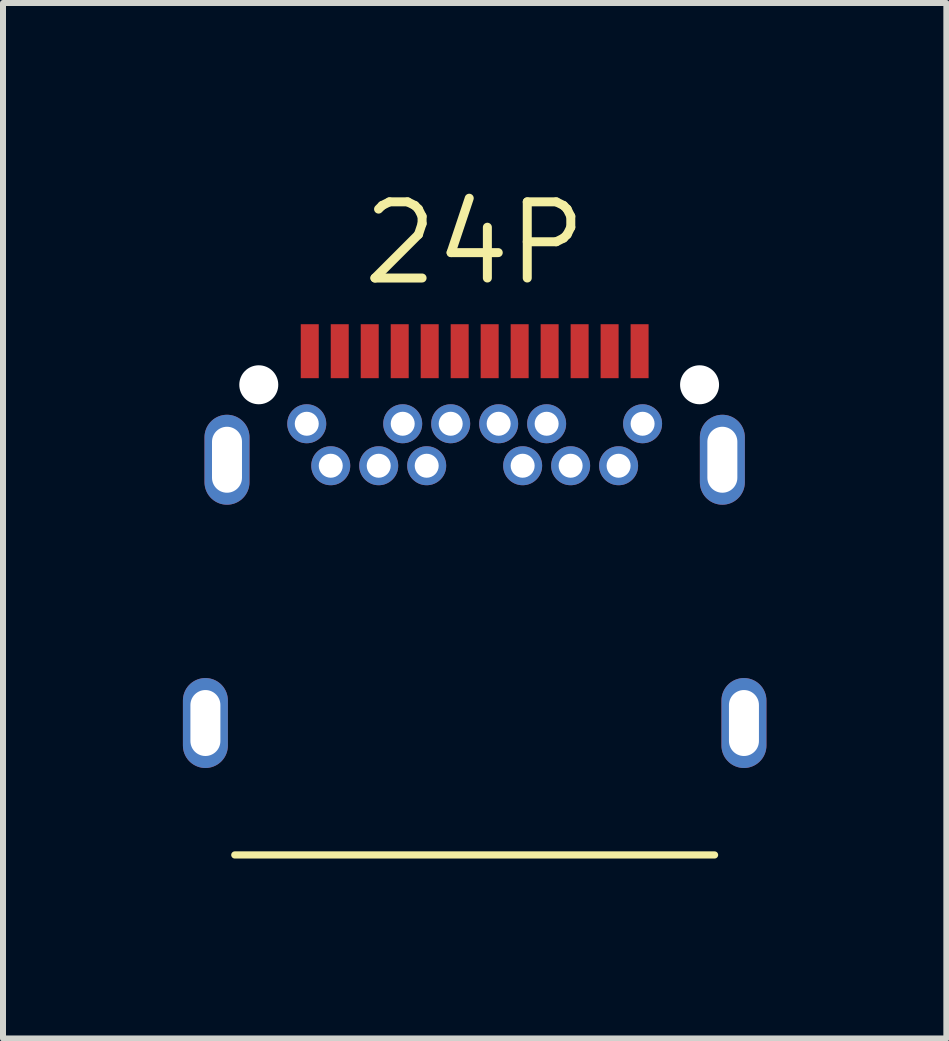
<source format=kicad_pcb>
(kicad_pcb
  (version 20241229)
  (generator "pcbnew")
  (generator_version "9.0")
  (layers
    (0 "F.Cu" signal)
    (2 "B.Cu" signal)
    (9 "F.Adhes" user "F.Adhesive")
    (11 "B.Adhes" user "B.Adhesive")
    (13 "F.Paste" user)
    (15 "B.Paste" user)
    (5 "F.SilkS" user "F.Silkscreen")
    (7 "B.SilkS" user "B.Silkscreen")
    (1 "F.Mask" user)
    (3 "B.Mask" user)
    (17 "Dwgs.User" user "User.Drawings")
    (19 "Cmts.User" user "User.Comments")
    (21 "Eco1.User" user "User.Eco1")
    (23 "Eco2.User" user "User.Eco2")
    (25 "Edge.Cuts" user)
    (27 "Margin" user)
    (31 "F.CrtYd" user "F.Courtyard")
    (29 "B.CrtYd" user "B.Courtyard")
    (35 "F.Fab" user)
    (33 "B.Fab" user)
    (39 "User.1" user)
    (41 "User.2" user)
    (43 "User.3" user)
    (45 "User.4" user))
  (footprint "24P"
    (layer "F.Cu")
    (at 4.865 2.806)
    (property "Reference" "24P" (at 0 -1.8 0) (layer "F.SilkS") (effects (font (size 1.27 1.27) (thickness 0.15))))
    (fp_line (start -4 8.4) (end 4 8.4) (stroke (width 0.12) (type solid)) (layer "F.SilkS"))
    (pad "" np_thru_hole circle (at -3.6 0.56) (size 0.65 0.65) (drill 0.65) (layers "*.Cu" "*.Mask"))
    (pad "" np_thru_hole circle (at 3.75 0.56) (size 0.65 0.65) (drill 0.65) (layers "*.Cu" "*.Mask"))
    (pad "A1" smd rect (at -2.75 0 180) (size 0.3 0.9) (layers "F.Cu" "F.Mask" "F.Paste"))
    (pad "A2" smd rect (at -2.25 0 180) (size 0.3 0.9) (layers "F.Cu" "F.Mask" "F.Paste"))
    (pad "A3" smd rect (at -1.75 0 180) (size 0.3 0.9) (layers "F.Cu" "F.Mask" "F.Paste"))
    (pad "A4" smd rect (at -1.25 0 180) (size 0.3 0.9) (layers "F.Cu" "F.Mask" "F.Paste"))
    (pad "A5" smd rect (at -0.75 0 180) (size 0.3 0.9) (layers "F.Cu" "F.Mask" "F.Paste"))
    (pad "A6" smd rect (at -0.25 0 180) (size 0.3 0.9) (layers "F.Cu" "F.Mask" "F.Paste"))
    (pad "A7" smd rect (at 0.25 0 180) (size 0.3 0.9) (layers "F.Cu" "F.Mask" "F.Paste"))
    (pad "A8" smd rect (at 0.75 0 180) (size 0.3 0.9) (layers "F.Cu" "F.Mask" "F.Paste"))
    (pad "A9" smd rect (at 1.25 0 180) (size 0.3 0.9) (layers "F.Cu" "F.Mask" "F.Paste"))
    (pad "A10" smd rect (at 1.75 0 180) (size 0.3 0.9) (layers "F.Cu" "F.Mask" "F.Paste"))
    (pad "A11" smd rect (at 2.25 0 180) (size 0.3 0.9) (layers "F.Cu" "F.Mask" "F.Paste"))
    (pad "A12" smd rect (at 2.75 0 180) (size 0.3 0.9) (layers "F.Cu" "F.Mask" "F.Paste"))
    (pad "B1" thru_hole circle (at 2.8 1.21) (size 0.65 0.65) (drill 0.4) (layers "*.Cu" "*.Mask"))
    (pad "B2" thru_hole circle (at 2.4 1.91) (size 0.65 0.65) (drill 0.4) (layers "*.Cu" "*.Mask"))
    (pad "B3" thru_hole circle (at 1.6 1.91) (size 0.65 0.65) (drill 0.4) (layers "*.Cu" "*.Mask"))
    (pad "B4" thru_hole circle (at 1.2 1.21) (size 0.65 0.65) (drill 0.4) (layers "*.Cu" "*.Mask"))
    (pad "B5" thru_hole circle (at 0.8 1.91) (size 0.65 0.65) (drill 0.4) (layers "*.Cu" "*.Mask"))
    (pad "B6" thru_hole circle (at 0.4 1.21) (size 0.65 0.65) (drill 0.4) (layers "*.Cu" "*.Mask"))
    (pad "B7" thru_hole circle (at -0.4 1.21) (size 0.65 0.65) (drill 0.4) (layers "*.Cu" "*.Mask"))
    (pad "B8" thru_hole circle (at -0.8 1.91) (size 0.65 0.65) (drill 0.4) (layers "*.Cu" "*.Mask"))
    (pad "B9" thru_hole circle (at -1.2 1.21) (size 0.65 0.65) (drill 0.4) (layers "*.Cu" "*.Mask"))
    (pad "B10" thru_hole circle (at -1.6 1.91) (size 0.65 0.65) (drill 0.4) (layers "*.Cu" "*.Mask"))
    (pad "B11" thru_hole circle (at -2.4 1.91) (size 0.65 0.65) (drill 0.4) (layers "*.Cu" "*.Mask"))
    (pad "B12" thru_hole circle (at -2.8 1.21) (size 0.65 0.65) (drill 0.4) (layers "*.Cu" "*.Mask"))
    (pad "SHIELD1" thru_hole oval (at -4.13 1.81 90) (size 1.5 0.75) (drill oval 1.1 0.5) (layers "*.Cu" "*.Mask"))
    (pad "SHIELD2" thru_hole oval (at 4.13 1.81 90) (size 1.5 0.75) (drill oval 1.1 0.5) (layers "*.Cu" "*.Mask"))
    (pad "SHIELD3" thru_hole oval (at -4.49 6.2 90) (size 1.5 0.75) (drill oval 1.1 0.5) (layers "*.Cu" "*.Mask"))
    (pad "SHIELD4" thru_hole oval (at 4.49 6.2 90) (size 1.5 0.75) (drill oval 1.1 0.5) (layers "*.Cu" "*.Mask")))
  (gr_rect
    (start -3 -3)
    (end 12.73 14.266)
    (stroke (width 0.1) (type default))
    (fill no)
    (layer "Edge.Cuts")))
</source>
